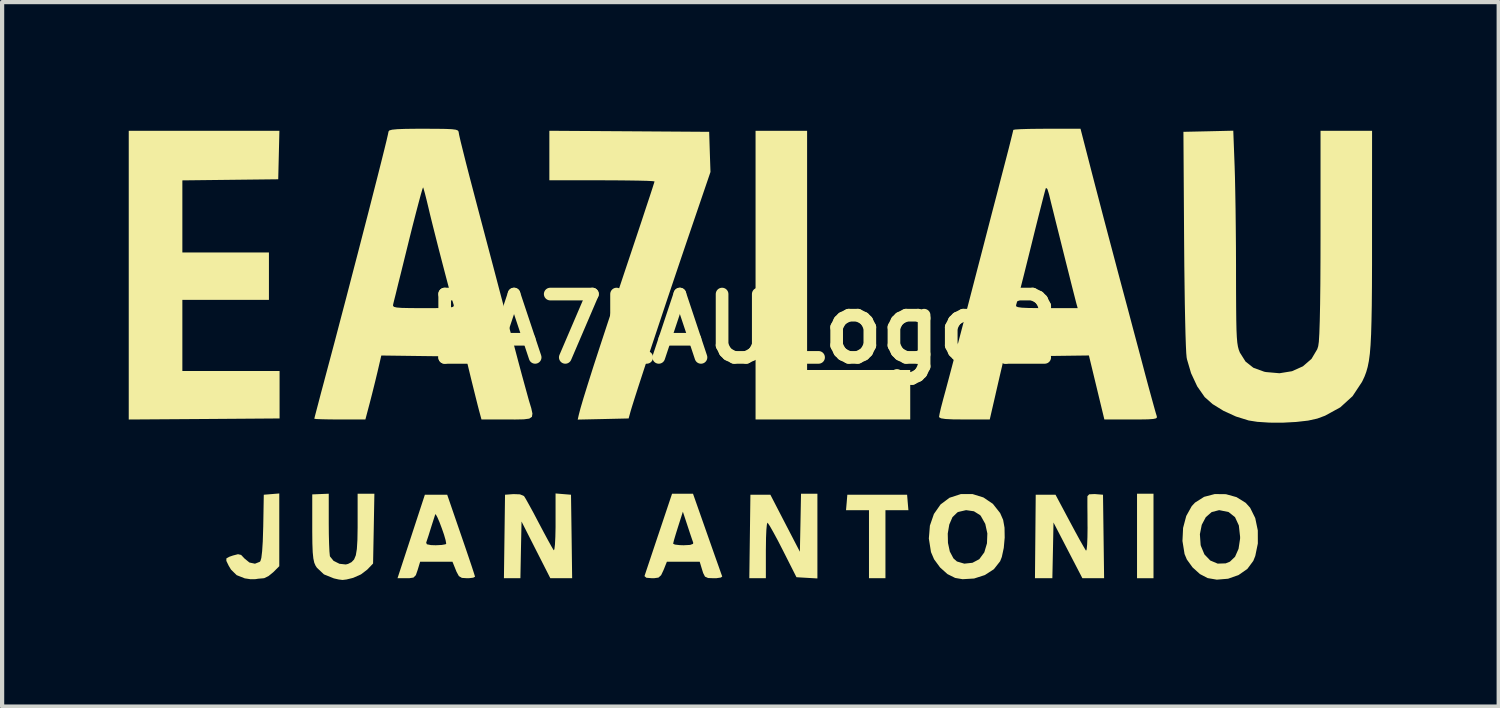
<source format=kicad_pcb>
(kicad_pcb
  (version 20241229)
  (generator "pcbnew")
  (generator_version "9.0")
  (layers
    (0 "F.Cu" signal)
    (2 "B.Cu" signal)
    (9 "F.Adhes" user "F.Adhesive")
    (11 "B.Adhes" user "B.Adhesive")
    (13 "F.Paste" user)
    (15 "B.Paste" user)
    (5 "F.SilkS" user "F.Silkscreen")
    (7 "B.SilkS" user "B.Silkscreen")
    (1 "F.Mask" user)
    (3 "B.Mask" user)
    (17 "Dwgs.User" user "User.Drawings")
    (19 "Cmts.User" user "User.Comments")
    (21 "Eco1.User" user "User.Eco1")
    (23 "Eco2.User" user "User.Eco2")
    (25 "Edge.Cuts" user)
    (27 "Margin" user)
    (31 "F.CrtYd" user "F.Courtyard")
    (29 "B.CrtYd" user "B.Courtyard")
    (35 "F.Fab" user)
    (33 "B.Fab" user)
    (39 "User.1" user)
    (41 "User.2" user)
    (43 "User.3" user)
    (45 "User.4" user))
  (footprint "EA7LAULogo2"
    (layer "F.Cu")
    (at 14.556 4.738)
    (property "Reference" "EA7LAULogo2" (at 0 0 0) (layer "F.SilkS") (effects (font (size 1.5 1.5) (thickness 0.3))))
    (attr board_only exclude_from_pos_files exclude_from_bom)
    (fp_poly (pts (xy 9.72 4.909) (xy 9.72 5.91) (xy 9.525 5.91) (xy 9.33 5.91) (xy 9.33 4.909) (xy 9.33 3.908) (xy 9.525 3.908) (xy 9.72 3.908)) (stroke (width 0) (type solid)) (fill yes) (layer "F.SilkS"))
    (fp_poly (pts (xy 1.514 -1.856) (xy 1.514 0.977) (xy 2.735 0.977) (xy 3.957 0.977) (xy 3.957 1.563) (xy 3.957 2.149) (xy 2.125 2.149) (xy 0.293 2.149) (xy 0.293 -1.27) (xy 0.293 -4.689) (xy 0.904 -4.689) (xy 1.514 -4.689)) (stroke (width 0) (type solid)) (fill yes) (layer "F.SilkS"))
    (fp_poly (pts (xy 3.898 4.115) (xy 3.914 4.298) (xy 3.642 4.298) (xy 3.37 4.298) (xy 3.37 5.104) (xy 3.37 5.91) (xy 3.175 5.91) (xy 2.98 5.91) (xy 2.98 5.104) (xy 2.98 4.298) (xy 2.708 4.298) (xy 2.436 4.298) (xy 2.452 4.115) (xy 2.467 3.932) (xy 3.175 3.932) (xy 3.883 3.932)) (stroke (width 0) (type solid)) (fill yes) (layer "F.SilkS"))
    (fp_poly (pts (xy -11.001 -4.115) (xy -11.015 -3.541) (xy -12.15 -3.528) (xy -13.286 -3.515) (xy -13.286 -2.661) (xy -13.286 -1.807) (xy -12.26 -1.807) (xy -11.235 -1.807) (xy -11.235 -1.246) (xy -11.235 -0.684) (xy -12.26 -0.684) (xy -13.286 -0.684) (xy -13.286 0.159) (xy -13.286 1.001) (xy -12.135 1.001) (xy -10.983 1.001) (xy -10.983 1.563) (xy -10.983 2.125) (xy -12.77 2.138) (xy -14.556 2.15) (xy -14.556 -1.269) (xy -14.556 -4.689) (xy -12.772 -4.689) (xy -10.987 -4.689)) (stroke (width 0) (type solid)) (fill yes) (layer "F.SilkS"))
    (fp_poly (pts (xy 1.758 4.912) (xy 1.758 5.915) (xy 1.51 5.901) (xy 1.262 5.886) (xy 0.936 5.241) (xy 0.82 5.015) (xy 0.716 4.823) (xy 0.635 4.68) (xy 0.584 4.603) (xy 0.574 4.594) (xy 0.561 4.639) (xy 0.549 4.764) (xy 0.541 4.951) (xy 0.538 5.183) (xy 0.537 5.251) (xy 0.537 5.91) (xy 0.341 5.91) (xy 0.145 5.91) (xy 0.158 4.921) (xy 0.171 3.932) (xy 0.407 3.932) (xy 0.644 3.932) (xy 0.993 4.607) (xy 1.343 5.282) (xy 1.357 4.595) (xy 1.37 3.908) (xy 1.564 3.908) (xy 1.758 3.908)) (stroke (width 0) (type solid)) (fill yes) (layer "F.SilkS"))
    (fp_poly (pts (xy -10.99 4.763) (xy -10.99 5.625) (xy -11.133 5.768) (xy -11.245 5.859) (xy -11.345 5.908) (xy -11.365 5.911) (xy -11.492 5.922) (xy -11.552 5.932) (xy -11.668 5.934) (xy -11.808 5.913) (xy -12 5.837) (xy -12.134 5.705) (xy -12.19 5.611) (xy -12.244 5.499) (xy -12.243 5.44) (xy -12.172 5.401) (xy -12.088 5.372) (xy -11.968 5.341) (xy -11.894 5.358) (xy -11.821 5.435) (xy -11.815 5.442) (xy -11.697 5.538) (xy -11.566 5.566) (xy -11.454 5.522) (xy -11.437 5.504) (xy -11.415 5.429) (xy -11.396 5.27) (xy -11.381 5.039) (xy -11.372 4.748) (xy -11.37 4.686) (xy -11.357 3.932) (xy -11.174 3.917) (xy -10.99 3.902)) (stroke (width 0) (type solid)) (fill yes) (layer "F.SilkS"))
    (fp_poly (pts (xy -4.262 3.917) (xy -4.079 3.932) (xy -4.065 4.921) (xy -4.052 5.91) (xy -4.311 5.91) (xy -4.569 5.91) (xy -4.91 5.239) (xy -5.251 4.567) (xy -5.265 5.239) (xy -5.278 5.91) (xy -5.473 5.91) (xy -5.668 5.91) (xy -5.655 4.921) (xy -5.642 3.932) (xy -5.442 3.917) (xy -5.288 3.923) (xy -5.195 3.962) (xy -5.191 3.966) (xy -5.15 4.032) (xy -5.075 4.166) (xy -4.974 4.35) (xy -4.86 4.567) (xy -4.834 4.616) (xy -4.718 4.835) (xy -4.616 5.024) (xy -4.537 5.166) (xy -4.492 5.242) (xy -4.487 5.249) (xy -4.472 5.22) (xy -4.459 5.109) (xy -4.45 4.93) (xy -4.445 4.7) (xy -4.445 4.598) (xy -4.445 3.902)) (stroke (width 0) (type solid)) (fill yes) (layer "F.SilkS"))
    (fp_poly (pts (xy 8.34 3.917) (xy 8.524 3.932) (xy 8.537 4.921) (xy 8.55 5.91) (xy 8.293 5.91) (xy 8.035 5.909) (xy 7.693 5.25) (xy 7.351 4.59) (xy 7.338 5.25) (xy 7.324 5.91) (xy 7.118 5.91) (xy 6.912 5.91) (xy 6.921 4.921) (xy 6.93 3.932) (xy 7.165 3.932) (xy 7.399 3.932) (xy 7.742 4.576) (xy 7.865 4.805) (xy 7.973 5.003) (xy 8.059 5.154) (xy 8.112 5.243) (xy 8.123 5.258) (xy 8.137 5.227) (xy 8.148 5.115) (xy 8.155 4.939) (xy 8.158 4.715) (xy 8.157 4.663) (xy 8.156 4.42) (xy 8.154 4.21) (xy 8.154 4.053) (xy 8.155 3.97) (xy 8.155 3.966) (xy 8.197 3.922) (xy 8.324 3.916)) (stroke (width 0) (type solid)) (fill yes) (layer "F.SilkS"))
    (fp_poly (pts (xy -8.752 4.735) (xy -8.768 5.562) (xy -8.907 5.707) (xy -9.056 5.82) (xy -9.237 5.9) (xy -9.258 5.906) (xy -9.399 5.94) (xy -9.491 5.951) (xy -9.581 5.94) (xy -9.696 5.914) (xy -9.932 5.819) (xy -10.098 5.662) (xy -10.13 5.614) (xy -10.161 5.543) (xy -10.183 5.441) (xy -10.198 5.294) (xy -10.206 5.085) (xy -10.209 4.799) (xy -10.209 4.702) (xy -10.209 3.924) (xy -10.013 3.916) (xy -9.818 3.908) (xy -9.818 4.612) (xy -9.816 4.87) (xy -9.81 5.097) (xy -9.802 5.273) (xy -9.792 5.379) (xy -9.788 5.395) (xy -9.703 5.499) (xy -9.564 5.568) (xy -9.415 5.584) (xy -9.36 5.571) (xy -9.278 5.529) (xy -9.218 5.466) (xy -9.177 5.367) (xy -9.152 5.218) (xy -9.139 5.004) (xy -9.134 4.71) (xy -9.134 4.619) (xy -9.134 3.908) (xy -8.936 3.908) (xy -8.737 3.908)) (stroke (width 0) (type solid)) (fill yes) (layer "F.SilkS"))
    (fp_poly (pts (xy -2.699 -4.678) (xy -0.806 -4.665) (xy -0.791 -4.189) (xy -0.775 -3.714) (xy -1.321 -2.113) (xy -1.479 -1.647) (xy -1.641 -1.167) (xy -1.803 -0.686) (xy -1.961 -0.212) (xy -2.112 0.242) (xy -2.253 0.666) (xy -2.379 1.05) (xy -2.487 1.382) (xy -2.574 1.653) (xy -2.636 1.851) (xy -2.667 1.954) (xy -2.714 2.125) (xy -3.317 2.139) (xy -3.92 2.152) (xy -3.895 2.041) (xy -3.856 1.89) (xy -3.785 1.648) (xy -3.682 1.316) (xy -3.549 0.896) (xy -3.384 0.39) (xy -3.189 -0.202) (xy -2.965 -0.879) (xy -2.807 -1.353) (xy -2.662 -1.786) (xy -2.527 -2.19) (xy -2.405 -2.556) (xy -2.3 -2.875) (xy -2.213 -3.137) (xy -2.149 -3.333) (xy -2.111 -3.454) (xy -2.1 -3.49) (xy -2.147 -3.497) (xy -2.279 -3.504) (xy -2.482 -3.509) (xy -2.744 -3.513) (xy -3.052 -3.516) (xy -3.346 -3.517) (xy -4.592 -3.517) (xy -4.592 -4.104) (xy -4.592 -4.69)) (stroke (width 0) (type solid)) (fill yes) (layer "F.SilkS"))
    (fp_poly (pts (xy 5.69 3.996) (xy 5.915 4.148) (xy 6.087 4.366) (xy 6.158 4.528) (xy 6.191 4.713) (xy 6.195 4.947) (xy 6.173 5.192) (xy 6.127 5.406) (xy 6.087 5.508) (xy 5.939 5.696) (xy 5.725 5.835) (xy 5.47 5.917) (xy 5.198 5.933) (xy 5.021 5.903) (xy 4.839 5.812) (xy 4.664 5.655) (xy 4.522 5.461) (xy 4.449 5.291) (xy 4.398 4.969) (xy 4.408 4.851) (xy 4.846 4.851) (xy 4.851 5.073) (xy 4.895 5.278) (xy 4.981 5.44) (xy 5.063 5.513) (xy 5.239 5.565) (xy 5.432 5.544) (xy 5.593 5.459) (xy 5.712 5.297) (xy 5.775 5.084) (xy 5.784 4.849) (xy 5.735 4.623) (xy 5.63 4.436) (xy 5.613 4.416) (xy 5.466 4.324) (xy 5.28 4.297) (xy 5.095 4.34) (xy 5.073 4.351) (xy 4.957 4.464) (xy 4.882 4.639) (xy 4.846 4.851) (xy 4.408 4.851) (xy 4.423 4.663) (xy 4.518 4.388) (xy 4.676 4.162) (xy 4.887 4.004) (xy 5.158 3.916) (xy 5.432 3.916)) (stroke (width 0) (type solid)) (fill yes) (layer "F.SilkS"))
    (fp_poly (pts (xy 11.435 3.919) (xy 11.687 3.989) (xy 11.903 4.123) (xy 12.009 4.24) (xy 12.13 4.484) (xy 12.191 4.777) (xy 12.192 5.087) (xy 12.131 5.383) (xy 12.084 5.5) (xy 11.943 5.69) (xy 11.736 5.834) (xy 11.487 5.922) (xy 11.22 5.944) (xy 11.003 5.907) (xy 10.821 5.812) (xy 10.646 5.654) (xy 10.51 5.466) (xy 10.456 5.337) (xy 10.406 5.027) (xy 10.414 4.868) (xy 10.819 4.868) (xy 10.836 5.115) (xy 10.841 5.141) (xy 10.926 5.345) (xy 11.065 5.49) (xy 11.24 5.564) (xy 11.43 5.558) (xy 11.53 5.518) (xy 11.652 5.401) (xy 11.735 5.213) (xy 11.771 4.975) (xy 11.772 4.933) (xy 11.742 4.66) (xy 11.651 4.463) (xy 11.499 4.342) (xy 11.287 4.299) (xy 11.271 4.298) (xy 11.098 4.343) (xy 10.959 4.464) (xy 10.863 4.645) (xy 10.819 4.868) (xy 10.414 4.868) (xy 10.421 4.718) (xy 10.496 4.435) (xy 10.626 4.202) (xy 10.703 4.119) (xy 10.919 3.982) (xy 11.171 3.916)) (stroke (width 0) (type solid)) (fill yes) (layer "F.SilkS"))
    (fp_poly (pts (xy -6.684 4.885) (xy -6.585 5.173) (xy -6.498 5.429) (xy -6.427 5.64) (xy -6.378 5.791) (xy -6.354 5.868) (xy -6.353 5.874) (xy -6.394 5.897) (xy -6.501 5.91) (xy -6.54 5.91) (xy -6.664 5.902) (xy -6.735 5.86) (xy -6.791 5.758) (xy -6.808 5.715) (xy -6.887 5.52) (xy -7.27 5.52) (xy -7.653 5.52) (xy -7.712 5.715) (xy -7.755 5.838) (xy -7.81 5.894) (xy -7.912 5.91) (xy -7.98 5.91) (xy -8.189 5.91) (xy -7.913 5.068) (xy -7.51 5.068) (xy -7.493 5.106) (xy -7.397 5.125) (xy -7.283 5.129) (xy -7.142 5.122) (xy -7.052 5.106) (xy -7.035 5.092) (xy -7.05 5.008) (xy -7.087 4.879) (xy -7.139 4.729) (xy -7.194 4.583) (xy -7.245 4.465) (xy -7.282 4.399) (xy -7.295 4.396) (xy -7.322 4.481) (xy -7.368 4.624) (xy -7.404 4.738) (xy -7.453 4.896) (xy -7.494 5.019) (xy -7.51 5.068) (xy -7.913 5.068) (xy -7.865 4.921) (xy -7.541 3.932) (xy -7.277 3.932) (xy -7.012 3.932)) (stroke (width 0) (type solid)) (fill yes) (layer "F.SilkS"))
    (fp_poly (pts (xy -0.851 4.868) (xy -0.749 5.158) (xy -0.658 5.416) (xy -0.582 5.629) (xy -0.528 5.783) (xy -0.499 5.863) (xy -0.497 5.87) (xy -0.53 5.894) (xy -0.633 5.909) (xy -0.696 5.91) (xy -0.832 5.905) (xy -0.905 5.872) (xy -0.948 5.788) (xy -0.971 5.715) (xy -1.03 5.52) (xy -1.419 5.52) (xy -1.808 5.52) (xy -1.886 5.715) (xy -1.944 5.838) (xy -2.007 5.895) (xy -2.113 5.91) (xy -2.16 5.91) (xy -2.293 5.899) (xy -2.337 5.862) (xy -2.335 5.849) (xy -2.314 5.786) (xy -2.267 5.645) (xy -2.199 5.442) (xy -2.115 5.191) (xy -2.082 5.092) (xy -1.66 5.092) (xy -1.617 5.113) (xy -1.504 5.126) (xy -1.411 5.129) (xy -1.257 5.121) (xy -1.188 5.096) (xy -1.184 5.068) (xy -1.21 4.993) (xy -1.257 4.855) (xy -1.314 4.682) (xy -1.318 4.67) (xy -1.429 4.334) (xy -1.544 4.695) (xy -1.599 4.871) (xy -1.64 5.01) (xy -1.659 5.087) (xy -1.66 5.092) (xy -2.082 5.092) (xy -2.02 4.907) (xy -2 4.848) (xy -1.685 3.908) (xy -1.437 3.908) (xy -1.189 3.908)) (stroke (width 0) (type solid)) (fill yes) (layer "F.SilkS"))
    (fp_poly (pts (xy 11.642 -3.848) (xy 11.65 -3.586) (xy 11.657 -3.246) (xy 11.664 -2.849) (xy 11.669 -2.413) (xy 11.673 -1.96) (xy 11.675 -1.509) (xy 11.675 -1.319) (xy 11.676 -0.863) (xy 11.678 -0.495) (xy 11.681 -0.202) (xy 11.686 0.025) (xy 11.694 0.197) (xy 11.705 0.326) (xy 11.72 0.421) (xy 11.739 0.494) (xy 11.763 0.556) (xy 11.767 0.566) (xy 11.901 0.778) (xy 12.086 0.924) (xy 12.341 1.017) (xy 12.385 1.026) (xy 12.705 1.054) (xy 13.001 1.006) (xy 13.259 0.89) (xy 13.463 0.714) (xy 13.599 0.485) (xy 13.622 0.414) (xy 13.637 0.309) (xy 13.649 0.108) (xy 13.659 -0.19) (xy 13.667 -0.585) (xy 13.673 -1.077) (xy 13.676 -1.666) (xy 13.677 -2.235) (xy 13.677 -4.689) (xy 14.287 -4.689) (xy 14.898 -4.689) (xy 14.897 -2.137) (xy 14.897 -1.522) (xy 14.895 -0.996) (xy 14.891 -0.551) (xy 14.884 -0.178) (xy 14.875 0.131) (xy 14.862 0.386) (xy 14.845 0.594) (xy 14.822 0.764) (xy 14.794 0.904) (xy 14.76 1.024) (xy 14.72 1.131) (xy 14.672 1.234) (xy 14.657 1.263) (xy 14.436 1.597) (xy 14.145 1.862) (xy 13.784 2.06) (xy 13.6 2.128) (xy 13.383 2.176) (xy 13.1 2.208) (xy 12.785 2.225) (xy 12.467 2.224) (xy 12.179 2.205) (xy 11.975 2.173) (xy 11.673 2.079) (xy 11.378 1.944) (xy 11.12 1.785) (xy 10.933 1.619) (xy 10.755 1.364) (xy 10.61 1.053) (xy 10.514 0.726) (xy 10.505 0.679) (xy 10.496 0.579) (xy 10.487 0.392) (xy 10.478 0.128) (xy 10.47 -0.202) (xy 10.462 -0.589) (xy 10.456 -1.022) (xy 10.45 -1.49) (xy 10.446 -1.983) (xy 10.445 -2.125) (xy 10.429 -4.665) (xy 11.019 -4.678) (xy 11.61 -4.692)) (stroke (width 0) (type solid)) (fill yes) (layer "F.SilkS"))
    (fp_poly (pts (xy 8.246 -3.749) (xy 8.328 -3.432) (xy 8.429 -3.046) (xy 8.542 -2.613) (xy 8.662 -2.159) (xy 8.782 -1.707) (xy 8.891 -1.294) (xy 9.003 -0.875) (xy 9.121 -0.435) (xy 9.237 0.003) (xy 9.347 0.415) (xy 9.444 0.779) (xy 9.521 1.071) (xy 9.522 1.075) (xy 9.599 1.362) (xy 9.67 1.621) (xy 9.729 1.835) (xy 9.772 1.988) (xy 9.795 2.063) (xy 9.796 2.064) (xy 9.802 2.099) (xy 9.78 2.123) (xy 9.714 2.137) (xy 9.591 2.146) (xy 9.395 2.149) (xy 9.192 2.149) (xy 8.556 2.149) (xy 8.373 1.391) (xy 8.19 0.633) (xy 7.187 0.646) (xy 6.185 0.659) (xy 6.151 0.806) (xy 6.127 0.91) (xy 6.086 1.085) (xy 6.035 1.306) (xy 5.979 1.549) (xy 5.979 1.551) (xy 5.841 2.149) (xy 5.241 2.149) (xy 4.974 2.147) (xy 4.793 2.138) (xy 4.687 2.122) (xy 4.643 2.097) (xy 4.64 2.087) (xy 4.653 2.012) (xy 4.685 1.872) (xy 4.731 1.697) (xy 4.734 1.684) (xy 4.792 1.472) (xy 4.87 1.18) (xy 4.969 0.806) (xy 5.089 0.348) (xy 5.232 -0.197) (xy 5.326 -0.558) (xy 6.464 -0.558) (xy 6.467 -0.531) (xy 6.509 -0.512) (xy 6.602 -0.499) (xy 6.76 -0.492) (xy 6.995 -0.489) (xy 7.181 -0.488) (xy 7.924 -0.488) (xy 7.893 -0.598) (xy 7.874 -0.672) (xy 7.835 -0.825) (xy 7.78 -1.041) (xy 7.714 -1.305) (xy 7.639 -1.601) (xy 7.561 -1.913) (xy 7.483 -2.226) (xy 7.408 -2.524) (xy 7.342 -2.791) (xy 7.287 -3.011) (xy 7.249 -3.17) (xy 7.241 -3.199) (xy 7.206 -3.31) (xy 7.176 -3.336) (xy 7.166 -3.322) (xy 7.148 -3.256) (xy 7.109 -3.109) (xy 7.054 -2.893) (xy 6.985 -2.622) (xy 6.906 -2.307) (xy 6.821 -1.962) (xy 6.815 -1.938) (xy 6.729 -1.593) (xy 6.65 -1.276) (xy 6.58 -1.001) (xy 6.524 -0.782) (xy 6.485 -0.63) (xy 6.465 -0.56) (xy 6.464 -0.558) (xy 5.326 -0.558) (xy 5.397 -0.832) (xy 5.568 -1.49) (xy 5.674 -1.897) (xy 5.788 -2.337) (xy 5.903 -2.781) (xy 6.013 -3.201) (xy 6.108 -3.569) (xy 6.148 -3.722) (xy 6.224 -4.014) (xy 6.291 -4.273) (xy 6.344 -4.484) (xy 6.381 -4.634) (xy 6.398 -4.706) (xy 6.399 -4.711) (xy 6.445 -4.72) (xy 6.573 -4.728) (xy 6.766 -4.734) (xy 7.008 -4.737) (xy 7.195 -4.738) (xy 7.991 -4.738)) (stroke (width 0) (type solid)) (fill yes) (layer "F.SilkS"))
    (fp_poly (pts (xy -7.267 -4.737) (xy -7.048 -4.734) (xy -6.899 -4.727) (xy -6.807 -4.715) (xy -6.759 -4.696) (xy -6.742 -4.669) (xy -6.74 -4.653) (xy -6.728 -4.587) (xy -6.694 -4.438) (xy -6.639 -4.217) (xy -6.569 -3.937) (xy -6.484 -3.607) (xy -6.388 -3.241) (xy -6.3 -2.906) (xy -6.177 -2.44) (xy -6.043 -1.933) (xy -5.905 -1.412) (xy -5.771 -0.902) (xy -5.646 -0.429) (xy -5.538 -0.018) (xy -5.514 0.073) (xy -5.418 0.435) (xy -5.326 0.783) (xy -5.241 1.1) (xy -5.167 1.369) (xy -5.11 1.576) (xy -5.075 1.703) (xy -5.02 1.884) (xy -4.993 2.009) (xy -5.005 2.087) (xy -5.068 2.129) (xy -5.196 2.146) (xy -5.401 2.15) (xy -5.591 2.149) (xy -6.2 2.149) (xy -6.256 1.942) (xy -6.291 1.807) (xy -6.341 1.608) (xy -6.399 1.374) (xy -6.443 1.197) (xy -6.573 0.659) (xy -7.573 0.647) (xy -8.573 0.634) (xy -8.661 1.013) (xy -8.722 1.265) (xy -8.792 1.546) (xy -8.85 1.771) (xy -8.95 2.149) (xy -9.555 2.149) (xy -9.785 2.148) (xy -9.975 2.144) (xy -10.106 2.139) (xy -10.16 2.132) (xy -10.16 2.131) (xy -10.148 2.08) (xy -10.114 1.95) (xy -10.063 1.756) (xy -9.999 1.511) (xy -9.924 1.232) (xy -9.92 1.215) (xy -9.799 0.762) (xy -9.67 0.278) (xy -9.538 -0.226) (xy -9.455 -0.541) (xy -8.295 -0.541) (xy -8.27 -0.518) (xy -8.206 -0.503) (xy -8.088 -0.494) (xy -7.903 -0.49) (xy -7.636 -0.488) (xy -7.572 -0.488) (xy -7.287 -0.489) (xy -7.087 -0.493) (xy -6.958 -0.501) (xy -6.885 -0.515) (xy -6.856 -0.536) (xy -6.858 -0.566) (xy -6.86 -0.571) (xy -6.885 -0.653) (xy -6.93 -0.813) (xy -6.99 -1.035) (xy -7.06 -1.301) (xy -7.137 -1.596) (xy -7.216 -1.901) (xy -7.292 -2.201) (xy -7.362 -2.479) (xy -7.421 -2.718) (xy -7.452 -2.85) (xy -7.501 -3.053) (xy -7.543 -3.218) (xy -7.573 -3.323) (xy -7.583 -3.35) (xy -7.599 -3.309) (xy -7.635 -3.186) (xy -7.688 -2.99) (xy -7.755 -2.735) (xy -7.833 -2.432) (xy -7.918 -2.092) (xy -7.937 -2.014) (xy -8.024 -1.662) (xy -8.104 -1.337) (xy -8.175 -1.054) (xy -8.231 -0.824) (xy -8.272 -0.662) (xy -8.292 -0.579) (xy -8.293 -0.574) (xy -8.295 -0.541) (xy -9.455 -0.541) (xy -9.402 -0.742) (xy -9.267 -1.262) (xy -9.133 -1.775) (xy -9.004 -2.274) (xy -8.881 -2.749) (xy -8.768 -3.192) (xy -8.665 -3.594) (xy -8.576 -3.946) (xy -8.503 -4.238) (xy -8.448 -4.463) (xy -8.414 -4.611) (xy -8.402 -4.673) (xy -8.382 -4.698) (xy -8.316 -4.716) (xy -8.191 -4.728) (xy -7.997 -4.735) (xy -7.722 -4.738) (xy -7.571 -4.738)) (stroke (width 0) (type solid)) (fill yes) (layer "F.SilkS")))
  (gr_rect
    (start -3 -3)
    (end 32.454 13.689)
    (stroke (width 0.1) (type default))
    (fill no)
    (layer "Edge.Cuts")))
</source>
